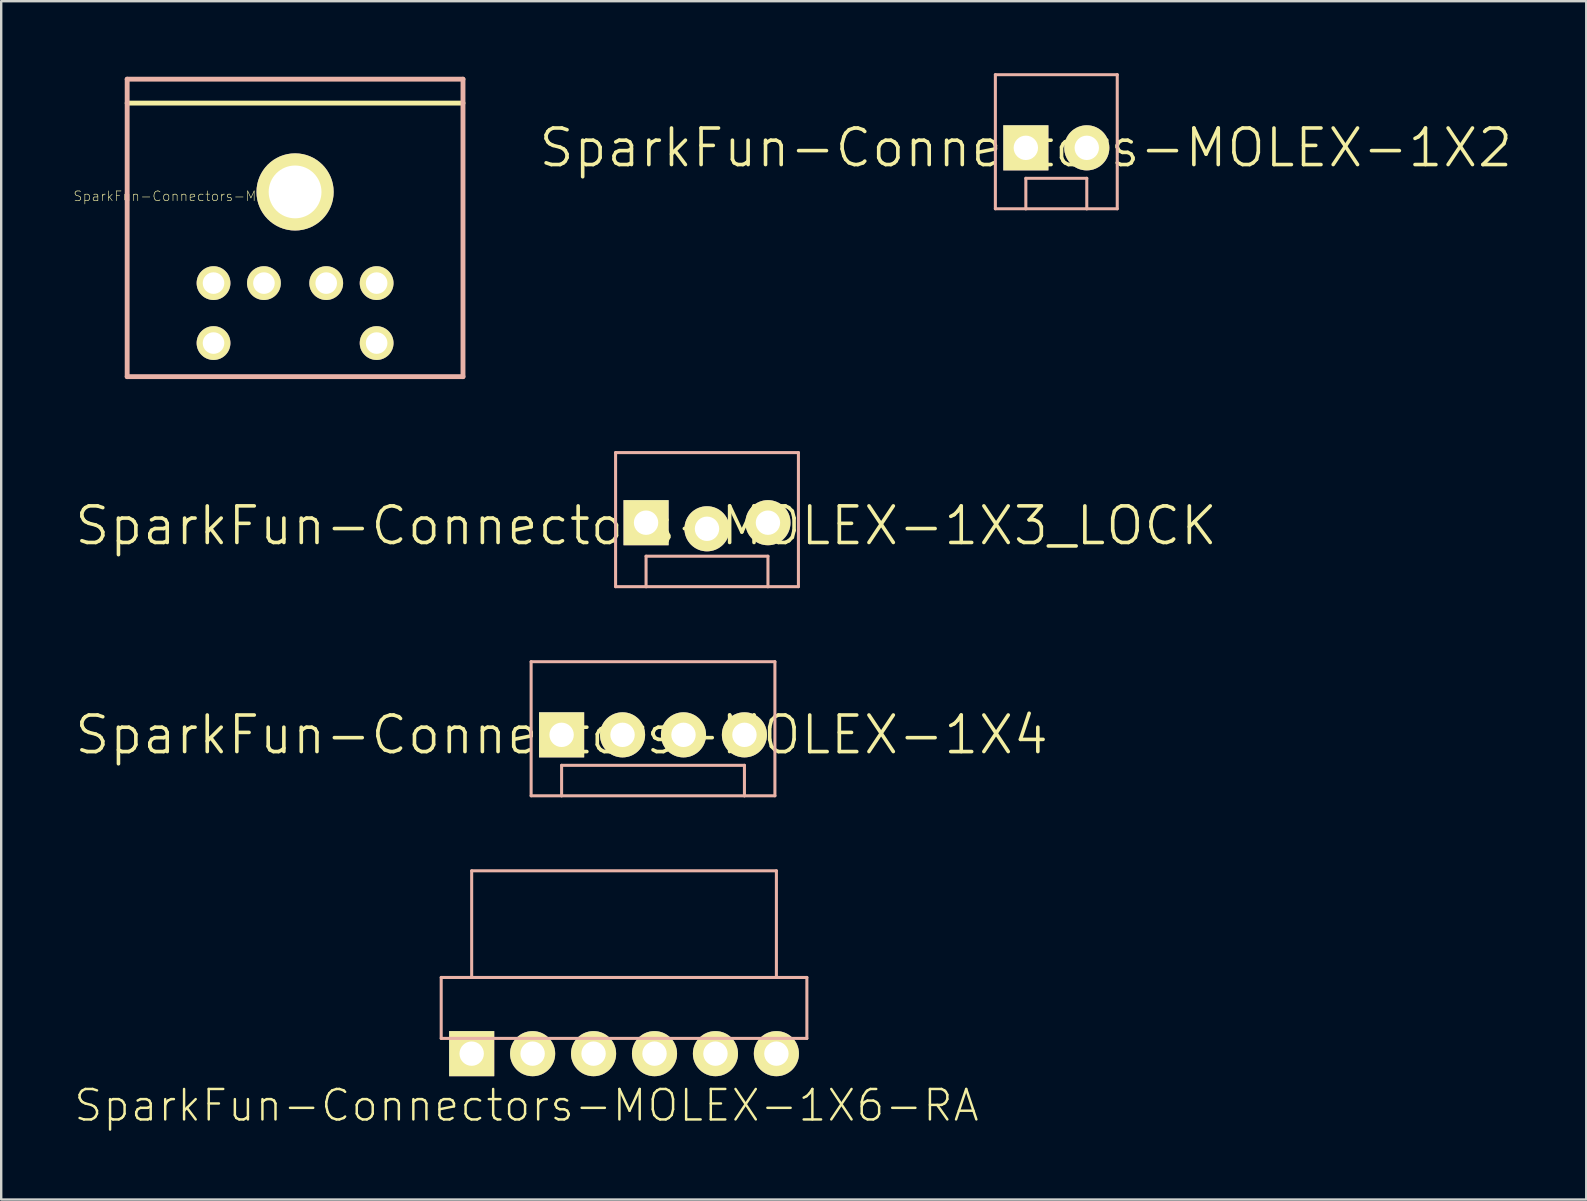
<source format=kicad_pcb>
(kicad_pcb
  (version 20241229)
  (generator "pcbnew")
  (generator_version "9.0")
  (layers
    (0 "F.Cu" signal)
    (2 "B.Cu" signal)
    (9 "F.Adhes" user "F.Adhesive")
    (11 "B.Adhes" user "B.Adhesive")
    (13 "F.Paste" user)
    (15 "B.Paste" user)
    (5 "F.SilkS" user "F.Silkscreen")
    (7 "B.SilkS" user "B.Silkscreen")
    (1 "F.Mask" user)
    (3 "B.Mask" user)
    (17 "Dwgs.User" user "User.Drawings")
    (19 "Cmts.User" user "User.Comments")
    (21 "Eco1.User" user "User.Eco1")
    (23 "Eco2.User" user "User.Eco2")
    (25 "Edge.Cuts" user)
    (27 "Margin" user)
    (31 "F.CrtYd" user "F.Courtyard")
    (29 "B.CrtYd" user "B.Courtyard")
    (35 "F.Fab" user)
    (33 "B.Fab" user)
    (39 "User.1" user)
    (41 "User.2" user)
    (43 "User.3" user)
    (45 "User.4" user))
  (footprint "SparkFun-Connectors-MOLEX-1X3_LOCK"
    (layer "F.Cu")
    (at 23.876 18.861)
    (property "Reference" "SparkFun-Connectors-MOLEX-1X3_LOCK" (at 0 0 0) (layer "F.SilkS") (effects (font (size 1.524 1.524) (thickness 0.15))))
    (attr exclude_from_pos_files exclude_from_bom)
    (fp_line (start -0.292 -0.292) (end 0.292 -0.292) (stroke (width 0.066) (type solid)) (layer "F.SilkS"))
    (fp_line (start -0.292 0.292) (end -0.292 -0.292) (stroke (width 0.066) (type solid)) (layer "F.SilkS"))
    (fp_line (start -0.292 0.292) (end 0.292 0.292) (stroke (width 0.066) (type solid)) (layer "F.SilkS"))
    (fp_line (start 0.292 0.292) (end 0.292 -0.292) (stroke (width 0.066) (type solid)) (layer "F.SilkS"))
    (fp_line (start 2.248 -0.292) (end 2.832 -0.292) (stroke (width 0.066) (type solid)) (layer "F.SilkS"))
    (fp_line (start 2.248 0.292) (end 2.248 -0.292) (stroke (width 0.066) (type solid)) (layer "F.SilkS"))
    (fp_line (start 2.248 0.292) (end 2.832 0.292) (stroke (width 0.066) (type solid)) (layer "F.SilkS"))
    (fp_line (start 2.832 0.292) (end 2.832 -0.292) (stroke (width 0.066) (type solid)) (layer "F.SilkS"))
    (fp_line (start 4.788 -0.292) (end 5.372 -0.292) (stroke (width 0.066) (type solid)) (layer "F.SilkS"))
    (fp_line (start 4.788 0.292) (end 4.788 -0.292) (stroke (width 0.066) (type solid)) (layer "F.SilkS"))
    (fp_line (start 4.788 0.292) (end 5.372 0.292) (stroke (width 0.066) (type solid)) (layer "F.SilkS"))
    (fp_line (start 5.372 0.292) (end 5.372 -0.292) (stroke (width 0.066) (type solid)) (layer "F.SilkS"))
    (fp_line (start -1.27 -3.048) (end -1.27 2.54) (stroke (width 0.127) (type solid)) (layer "B.SilkS"))
    (fp_line (start 0 1.27) (end 5.08 1.27) (stroke (width 0.127) (type solid)) (layer "B.SilkS"))
    (fp_line (start 0 2.54) (end -1.27 2.54) (stroke (width 0.127) (type solid)) (layer "B.SilkS"))
    (fp_line (start 0 2.54) (end 0 1.27) (stroke (width 0.127) (type solid)) (layer "B.SilkS"))
    (fp_line (start 5.08 1.27) (end 5.08 2.54) (stroke (width 0.127) (type solid)) (layer "B.SilkS"))
    (fp_line (start 5.08 2.54) (end 0 2.54) (stroke (width 0.127) (type solid)) (layer "B.SilkS"))
    (fp_line (start 6.35 -3.048) (end -1.27 -3.048) (stroke (width 0.127) (type solid)) (layer "B.SilkS"))
    (fp_line (start 6.35 -3.048) (end 6.35 2.54) (stroke (width 0.127) (type solid)) (layer "B.SilkS"))
    (fp_line (start 6.35 2.54) (end 5.08 2.54) (stroke (width 0.127) (type solid)) (layer "B.SilkS"))
    (pad "1" thru_hole rect (at 0 -0.127) (size 1.88 1.88) (drill 1.016) (layers "*.Cu" "F.Mask" "F.SilkS" "F.Paste"))
    (pad "2" thru_hole circle (at 2.54 0.127) (size 1.88 1.88) (drill 1.016) (layers "*.Cu" "F.Mask" "F.SilkS" "F.Paste"))
    (pad "3" thru_hole circle (at 5.08 -0.127) (size 1.88 1.88) (drill 1.016) (layers "*.Cu" "F.Mask" "F.SilkS" "F.Paste")))
  (footprint "SparkFun-Connectors-MINI-DIN6"
    (layer "F.Cu")
    (at 9.248 0.25)
    (property "Reference" "SparkFun-Connectors-MINI-DIN6" (at -4.064 4.877 0) (layer "F.SilkS") (effects (font (size 0.406 0.406) (thickness 0.025))))
    (attr exclude_from_pos_files exclude_from_bom)
    (fp_line (start -6.998 0.998) (end 6.998 0.998) (stroke (width 0.203) (type solid)) (layer "F.SilkS"))
    (fp_line (start -6.998 0) (end -6.998 12.398) (stroke (width 0.203) (type solid)) (layer "B.SilkS"))
    (fp_line (start -6.998 0) (end 6.998 0) (stroke (width 0.203) (type solid)) (layer "B.SilkS"))
    (fp_line (start -6.998 12.398) (end 6.998 12.398) (stroke (width 0.203) (type solid)) (layer "B.SilkS"))
    (fp_line (start 6.998 0) (end 6.998 12.398) (stroke (width 0.203) (type solid)) (layer "B.SilkS"))
    (pad "1" thru_hole circle (at -1.298 8.499) (size 1.407 1.407) (drill 0.899) (layers "*.Cu" "F.Mask" "F.SilkS" "F.Paste"))
    (pad "2" thru_hole circle (at 1.298 8.499) (size 1.407 1.407) (drill 0.899) (layers "*.Cu" "F.Mask" "F.SilkS" "F.Paste"))
    (pad "3" thru_hole circle (at -3.399 8.499) (size 1.407 1.407) (drill 0.899) (layers "*.Cu" "F.Mask" "F.SilkS" "F.Paste"))
    (pad "4" thru_hole circle (at 3.399 8.499) (size 1.407 1.407) (drill 0.899) (layers "*.Cu" "F.Mask" "F.SilkS" "F.Paste"))
    (pad "5" thru_hole circle (at -3.399 10.998) (size 1.407 1.407) (drill 0.899) (layers "*.Cu" "F.Mask" "F.SilkS" "F.Paste"))
    (pad "6" thru_hole circle (at 3.399 10.998) (size 1.407 1.407) (drill 0.899) (layers "*.Cu" "F.Mask" "F.SilkS" "F.Paste"))
    (pad "P$1" thru_hole circle (at 0 4.699) (size 3.216 3.216) (drill 2.2) (layers "*.Cu" "F.Mask" "F.SilkS" "F.Paste")))
  (footprint "SparkFun-Connectors-MOLEX-1X6-RA"
    (layer "F.Cu")
    (at 16.608 40.863)
    (property "Reference" "SparkFun-Connectors-MOLEX-1X6-RA" (at 2.286 2.159 0) (layer "F.SilkS") (effects (font (size 1.27 1.27) (thickness 0.102))))
    (attr exclude_from_pos_files exclude_from_bom)
    (fp_line (start -1.27 -0.635) (end -1.27 -3.175) (stroke (width 0.127) (type solid)) (layer "B.SilkS"))
    (fp_line (start 0 -7.62) (end 12.7 -7.62) (stroke (width 0.127) (type solid)) (layer "B.SilkS"))
    (fp_line (start 0 -3.175) (end -1.27 -3.175) (stroke (width 0.127) (type solid)) (layer "B.SilkS"))
    (fp_line (start 0 -3.175) (end 0 -7.62) (stroke (width 0.127) (type solid)) (layer "B.SilkS"))
    (fp_line (start 12.7 -7.62) (end 12.7 -3.175) (stroke (width 0.127) (type solid)) (layer "B.SilkS"))
    (fp_line (start 12.7 -3.175) (end 0 -3.175) (stroke (width 0.127) (type solid)) (layer "B.SilkS"))
    (fp_line (start 13.97 -3.175) (end 12.7 -3.175) (stroke (width 0.127) (type solid)) (layer "B.SilkS"))
    (fp_line (start 13.97 -0.635) (end -1.27 -0.635) (stroke (width 0.127) (type solid)) (layer "B.SilkS"))
    (fp_line (start 13.97 -0.635) (end 13.97 -3.175) (stroke (width 0.127) (type solid)) (layer "B.SilkS"))
    (pad "1" thru_hole rect (at 0 0) (size 1.88 1.88) (drill 1.016) (layers "*.Cu" "F.Mask" "F.SilkS" "F.Paste"))
    (pad "2" thru_hole circle (at 2.54 0) (size 1.88 1.88) (drill 1.016) (layers "*.Cu" "F.Mask" "F.SilkS" "F.Paste"))
    (pad "3" thru_hole circle (at 5.08 0) (size 1.88 1.88) (drill 1.016) (layers "*.Cu" "F.Mask" "F.SilkS" "F.Paste"))
    (pad "4" thru_hole circle (at 7.62 0) (size 1.88 1.88) (drill 1.016) (layers "*.Cu" "F.Mask" "F.SilkS" "F.Paste"))
    (pad "5" thru_hole circle (at 10.16 0) (size 1.88 1.88) (drill 1.016) (layers "*.Cu" "F.Mask" "F.SilkS" "F.Paste"))
    (pad "6" thru_hole circle (at 12.7 0) (size 1.88 1.88) (drill 1.016) (layers "*.Cu" "F.Mask" "F.SilkS" "F.Paste")))
  (footprint "SparkFun-Connectors-MOLEX-1X2"
    (layer "F.Cu")
    (at 39.704 3.111)
    (property "Reference" "SparkFun-Connectors-MOLEX-1X2" (at 0 0 0) (layer "F.SilkS") (effects (font (size 1.524 1.524) (thickness 0.15))))
    (attr exclude_from_pos_files exclude_from_bom)
    (fp_line (start -1.27 -3.048) (end -1.27 2.54) (stroke (width 0.127) (type solid)) (layer "B.SilkS"))
    (fp_line (start 0 1.27) (end 2.54 1.27) (stroke (width 0.127) (type solid)) (layer "B.SilkS"))
    (fp_line (start 0 2.54) (end -1.27 2.54) (stroke (width 0.127) (type solid)) (layer "B.SilkS"))
    (fp_line (start 0 2.54) (end 0 1.27) (stroke (width 0.127) (type solid)) (layer "B.SilkS"))
    (fp_line (start 2.54 1.27) (end 2.54 2.54) (stroke (width 0.127) (type solid)) (layer "B.SilkS"))
    (fp_line (start 2.54 2.54) (end 0 2.54) (stroke (width 0.127) (type solid)) (layer "B.SilkS"))
    (fp_line (start 3.81 -3.048) (end -1.27 -3.048) (stroke (width 0.127) (type solid)) (layer "B.SilkS"))
    (fp_line (start 3.81 -3.048) (end 3.81 2.54) (stroke (width 0.127) (type solid)) (layer "B.SilkS"))
    (fp_line (start 3.81 2.54) (end 2.54 2.54) (stroke (width 0.127) (type solid)) (layer "B.SilkS"))
    (pad "1" thru_hole rect (at 0 0) (size 1.88 1.88) (drill 1.016) (layers "*.Cu" "F.Mask" "F.SilkS" "F.Paste"))
    (pad "2" thru_hole circle (at 2.54 0) (size 1.88 1.88) (drill 1.016) (layers "*.Cu" "F.Mask" "F.SilkS" "F.Paste")))
  (footprint "SparkFun-Connectors-MOLEX-1X4"
    (layer "F.Cu")
    (at 20.356 27.576)
    (property "Reference" "SparkFun-Connectors-MOLEX-1X4" (at 0 0 0) (layer "F.SilkS") (effects (font (size 1.524 1.524) (thickness 0.15))))
    (attr exclude_from_pos_files exclude_from_bom)
    (fp_line (start -1.27 -3.048) (end -1.27 2.54) (stroke (width 0.127) (type solid)) (layer "B.SilkS"))
    (fp_line (start 0 1.27) (end 7.62 1.27) (stroke (width 0.127) (type solid)) (layer "B.SilkS"))
    (fp_line (start 0 2.54) (end -1.27 2.54) (stroke (width 0.127) (type solid)) (layer "B.SilkS"))
    (fp_line (start 0 2.54) (end 0 1.27) (stroke (width 0.127) (type solid)) (layer "B.SilkS"))
    (fp_line (start 7.62 1.27) (end 7.62 2.54) (stroke (width 0.127) (type solid)) (layer "B.SilkS"))
    (fp_line (start 7.62 2.54) (end 0 2.54) (stroke (width 0.127) (type solid)) (layer "B.SilkS"))
    (fp_line (start 8.89 -3.048) (end -1.27 -3.048) (stroke (width 0.127) (type solid)) (layer "B.SilkS"))
    (fp_line (start 8.89 -3.048) (end 8.89 2.54) (stroke (width 0.127) (type solid)) (layer "B.SilkS"))
    (fp_line (start 8.89 2.54) (end 7.62 2.54) (stroke (width 0.127) (type solid)) (layer "B.SilkS"))
    (pad "1" thru_hole rect (at 0 0) (size 1.88 1.88) (drill 1.016) (layers "*.Cu" "F.Mask" "F.SilkS" "F.Paste"))
    (pad "2" thru_hole circle (at 2.54 0) (size 1.88 1.88) (drill 1.016) (layers "*.Cu" "F.Mask" "F.SilkS" "F.Paste"))
    (pad "3" thru_hole circle (at 5.08 0) (size 1.88 1.88) (drill 1.016) (layers "*.Cu" "F.Mask" "F.SilkS" "F.Paste"))
    (pad "4" thru_hole circle (at 7.62 0) (size 1.88 1.88) (drill 1.016) (layers "*.Cu" "F.Mask" "F.SilkS" "F.Paste")))
  (gr_rect
    (start -3 -3)
    (end 63.06 46.943)
    (stroke (width 0.1) (type default))
    (fill no)
    (layer "Edge.Cuts")))
</source>
